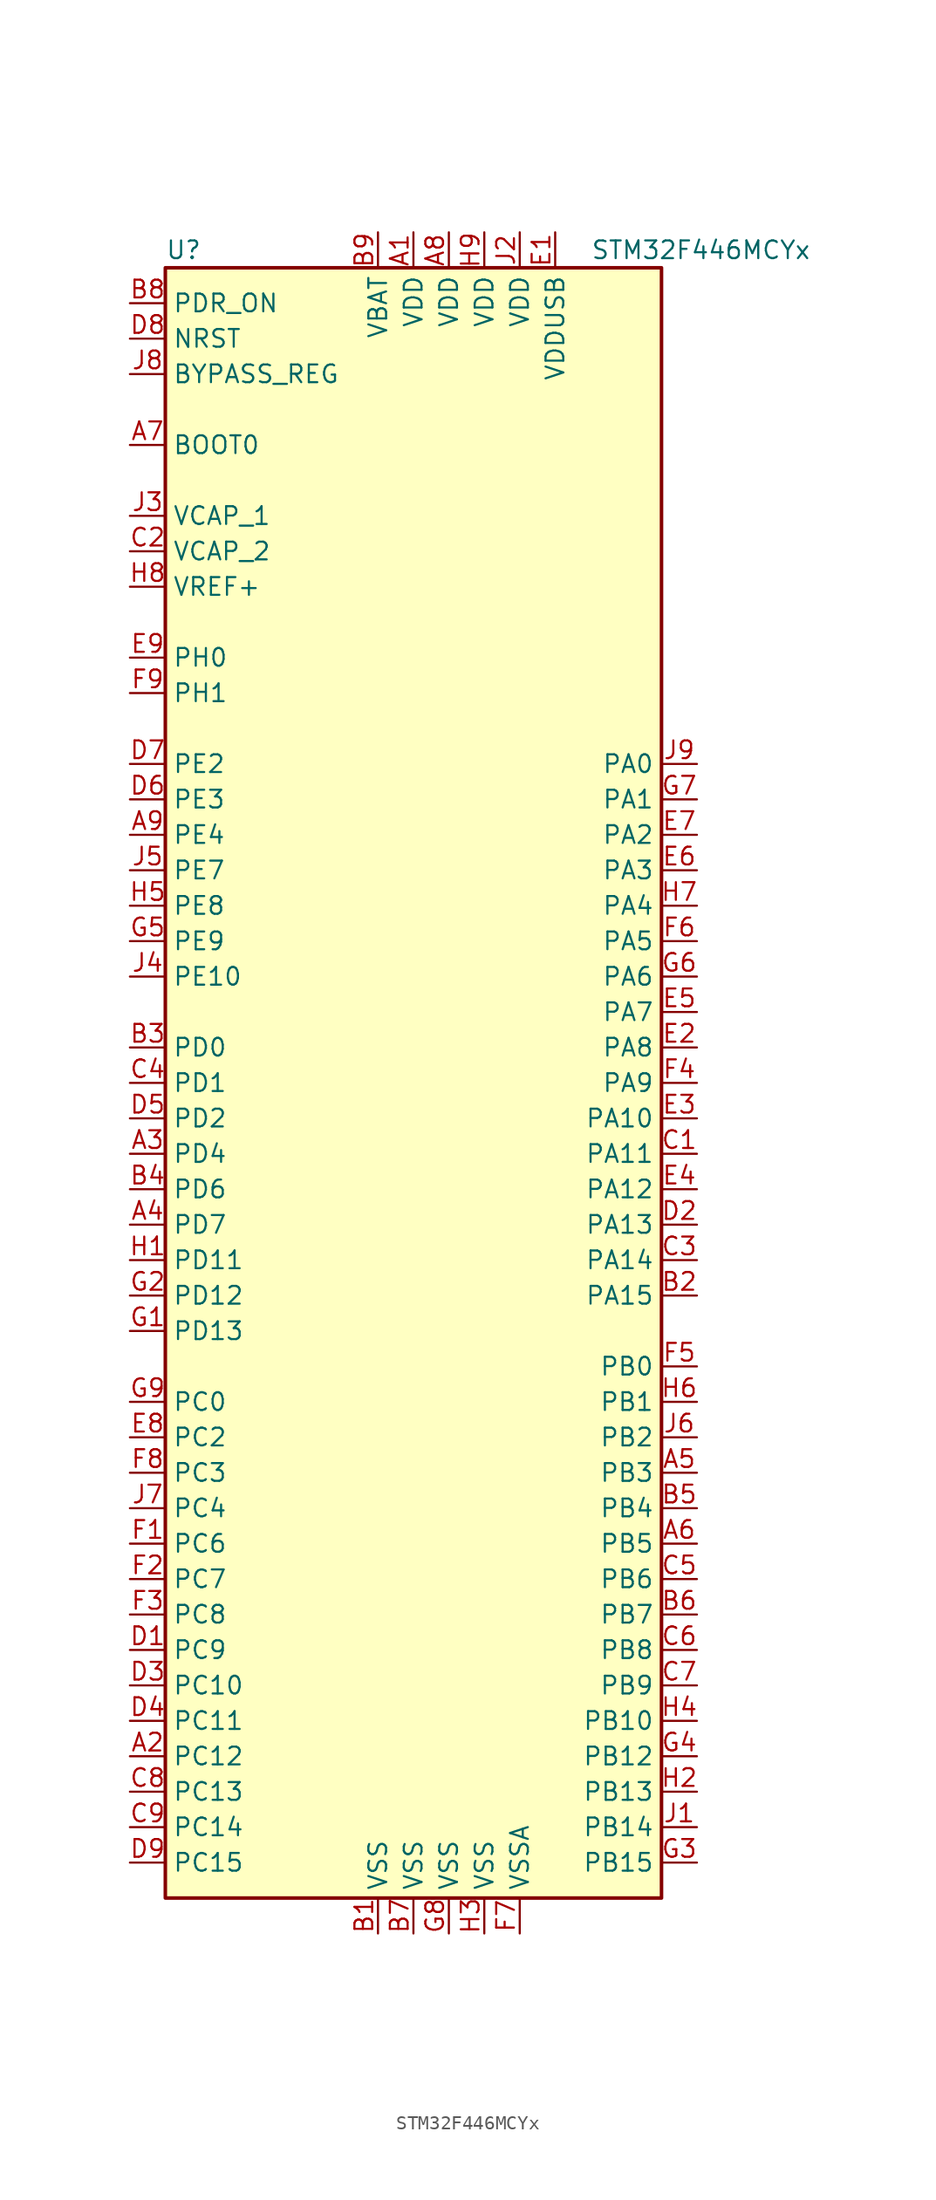
<source format=kicad_sym>
(kicad_symbol_lib
  (version 20201005)
  (generator kicad_symbol_editor)
  (symbol "MCU_ST_STM32F4:STM32F446MCYx"
    (property "Reference" "U"
      (at -17.78 59.69 0)
      (effects (font (size 1.27 1.27)) (justify left)))
    (property "Value" "STM32F446MCYx"
      (at 12.7 59.69 0)
      (effects (font (size 1.27 1.27)) (justify left)))
    (symbol "STM32F446MCYx_0_1"
      (rectangle (start -17.78 -58.42) (end 17.78 58.42) (stroke (width 0.254)) (fill (type background))))
    (symbol "STM32F446MCYx_1_1"
      (pin input line (at -20.32 45.72 0) (length 2.54) (name "BOOT0" (effects (font (size 1.27 1.27)))) (number "A7" (effects (font (size 1.27 1.27)))))
      (pin input line (at -20.32 50.8 0) (length 2.54) (name "BYPASS_REG" (effects (font (size 1.27 1.27)))) (number "J8" (effects (font (size 1.27 1.27)))))
      (pin input line (at -20.32 53.34 0) (length 2.54) (name "NRST" (effects (font (size 1.27 1.27)))) (number "D8" (effects (font (size 1.27 1.27)))))
      (pin bidirectional line (at 20.32 22.86 180) (length 2.54) (name "PA0" (effects (font (size 1.27 1.27)))) (number "J9" (effects (font (size 1.27 1.27)))))
      (pin bidirectional line (at 20.32 20.32 180) (length 2.54) (name "PA1" (effects (font (size 1.27 1.27)))) (number "G7" (effects (font (size 1.27 1.27)))))
      (pin bidirectional line (at 20.32 -2.54 180) (length 2.54) (name "PA10" (effects (font (size 1.27 1.27)))) (number "E3" (effects (font (size 1.27 1.27)))))
      (pin bidirectional line (at 20.32 -5.08 180) (length 2.54) (name "PA11" (effects (font (size 1.27 1.27)))) (number "C1" (effects (font (size 1.27 1.27)))))
      (pin bidirectional line (at 20.32 -7.62 180) (length 2.54) (name "PA12" (effects (font (size 1.27 1.27)))) (number "E4" (effects (font (size 1.27 1.27)))))
      (pin bidirectional line (at 20.32 -10.16 180) (length 2.54) (name "PA13" (effects (font (size 1.27 1.27)))) (number "D2" (effects (font (size 1.27 1.27)))))
      (pin bidirectional line (at 20.32 -12.7 180) (length 2.54) (name "PA14" (effects (font (size 1.27 1.27)))) (number "C3" (effects (font (size 1.27 1.27)))))
      (pin bidirectional line (at 20.32 -15.24 180) (length 2.54) (name "PA15" (effects (font (size 1.27 1.27)))) (number "B2" (effects (font (size 1.27 1.27)))))
      (pin bidirectional line (at 20.32 17.78 180) (length 2.54) (name "PA2" (effects (font (size 1.27 1.27)))) (number "E7" (effects (font (size 1.27 1.27)))))
      (pin bidirectional line (at 20.32 15.24 180) (length 2.54) (name "PA3" (effects (font (size 1.27 1.27)))) (number "E6" (effects (font (size 1.27 1.27)))))
      (pin bidirectional line (at 20.32 12.7 180) (length 2.54) (name "PA4" (effects (font (size 1.27 1.27)))) (number "H7" (effects (font (size 1.27 1.27)))))
      (pin bidirectional line (at 20.32 10.16 180) (length 2.54) (name "PA5" (effects (font (size 1.27 1.27)))) (number "F6" (effects (font (size 1.27 1.27)))))
      (pin bidirectional line (at 20.32 7.62 180) (length 2.54) (name "PA6" (effects (font (size 1.27 1.27)))) (number "G6" (effects (font (size 1.27 1.27)))))
      (pin bidirectional line (at 20.32 5.08 180) (length 2.54) (name "PA7" (effects (font (size 1.27 1.27)))) (number "E5" (effects (font (size 1.27 1.27)))))
      (pin bidirectional line (at 20.32 2.54 180) (length 2.54) (name "PA8" (effects (font (size 1.27 1.27)))) (number "E2" (effects (font (size 1.27 1.27)))))
      (pin bidirectional line (at 20.32 0 180) (length 2.54) (name "PA9" (effects (font (size 1.27 1.27)))) (number "F4" (effects (font (size 1.27 1.27)))))
      (pin bidirectional line (at 20.32 -20.32 180) (length 2.54) (name "PB0" (effects (font (size 1.27 1.27)))) (number "F5" (effects (font (size 1.27 1.27)))))
      (pin bidirectional line (at 20.32 -22.86 180) (length 2.54) (name "PB1" (effects (font (size 1.27 1.27)))) (number "H6" (effects (font (size 1.27 1.27)))))
      (pin bidirectional line (at 20.32 -45.72 180) (length 2.54) (name "PB10" (effects (font (size 1.27 1.27)))) (number "H4" (effects (font (size 1.27 1.27)))))
      (pin bidirectional line (at 20.32 -48.26 180) (length 2.54) (name "PB12" (effects (font (size 1.27 1.27)))) (number "G4" (effects (font (size 1.27 1.27)))))
      (pin bidirectional line (at 20.32 -50.8 180) (length 2.54) (name "PB13" (effects (font (size 1.27 1.27)))) (number "H2" (effects (font (size 1.27 1.27)))))
      (pin bidirectional line (at 20.32 -53.34 180) (length 2.54) (name "PB14" (effects (font (size 1.27 1.27)))) (number "J1" (effects (font (size 1.27 1.27)))))
      (pin bidirectional line (at 20.32 -55.88 180) (length 2.54) (name "PB15" (effects (font (size 1.27 1.27)))) (number "G3" (effects (font (size 1.27 1.27)))))
      (pin bidirectional line (at 20.32 -25.4 180) (length 2.54) (name "PB2" (effects (font (size 1.27 1.27)))) (number "J6" (effects (font (size 1.27 1.27)))))
      (pin bidirectional line (at 20.32 -27.94 180) (length 2.54) (name "PB3" (effects (font (size 1.27 1.27)))) (number "A5" (effects (font (size 1.27 1.27)))))
      (pin bidirectional line (at 20.32 -30.48 180) (length 2.54) (name "PB4" (effects (font (size 1.27 1.27)))) (number "B5" (effects (font (size 1.27 1.27)))))
      (pin bidirectional line (at 20.32 -33.02 180) (length 2.54) (name "PB5" (effects (font (size 1.27 1.27)))) (number "A6" (effects (font (size 1.27 1.27)))))
      (pin bidirectional line (at 20.32 -35.56 180) (length 2.54) (name "PB6" (effects (font (size 1.27 1.27)))) (number "C5" (effects (font (size 1.27 1.27)))))
      (pin bidirectional line (at 20.32 -38.1 180) (length 2.54) (name "PB7" (effects (font (size 1.27 1.27)))) (number "B6" (effects (font (size 1.27 1.27)))))
      (pin bidirectional line (at 20.32 -40.64 180) (length 2.54) (name "PB8" (effects (font (size 1.27 1.27)))) (number "C6" (effects (font (size 1.27 1.27)))))
      (pin bidirectional line (at 20.32 -43.18 180) (length 2.54) (name "PB9" (effects (font (size 1.27 1.27)))) (number "C7" (effects (font (size 1.27 1.27)))))
      (pin bidirectional line (at -20.32 -22.86 0) (length 2.54) (name "PC0" (effects (font (size 1.27 1.27)))) (number "G9" (effects (font (size 1.27 1.27)))))
      (pin bidirectional line (at -20.32 -43.18 0) (length 2.54) (name "PC10" (effects (font (size 1.27 1.27)))) (number "D3" (effects (font (size 1.27 1.27)))))
      (pin bidirectional line (at -20.32 -45.72 0) (length 2.54) (name "PC11" (effects (font (size 1.27 1.27)))) (number "D4" (effects (font (size 1.27 1.27)))))
      (pin bidirectional line (at -20.32 -48.26 0) (length 2.54) (name "PC12" (effects (font (size 1.27 1.27)))) (number "A2" (effects (font (size 1.27 1.27)))))
      (pin bidirectional line (at -20.32 -50.8 0) (length 2.54) (name "PC13" (effects (font (size 1.27 1.27)))) (number "C8" (effects (font (size 1.27 1.27)))))
      (pin bidirectional line (at -20.32 -53.34 0) (length 2.54) (name "PC14" (effects (font (size 1.27 1.27)))) (number "C9" (effects (font (size 1.27 1.27)))))
      (pin bidirectional line (at -20.32 -55.88 0) (length 2.54) (name "PC15" (effects (font (size 1.27 1.27)))) (number "D9" (effects (font (size 1.27 1.27)))))
      (pin bidirectional line (at -20.32 -25.4 0) (length 2.54) (name "PC2" (effects (font (size 1.27 1.27)))) (number "E8" (effects (font (size 1.27 1.27)))))
      (pin bidirectional line (at -20.32 -27.94 0) (length 2.54) (name "PC3" (effects (font (size 1.27 1.27)))) (number "F8" (effects (font (size 1.27 1.27)))))
      (pin bidirectional line (at -20.32 -30.48 0) (length 2.54) (name "PC4" (effects (font (size 1.27 1.27)))) (number "J7" (effects (font (size 1.27 1.27)))))
      (pin bidirectional line (at -20.32 -33.02 0) (length 2.54) (name "PC6" (effects (font (size 1.27 1.27)))) (number "F1" (effects (font (size 1.27 1.27)))))
      (pin bidirectional line (at -20.32 -35.56 0) (length 2.54) (name "PC7" (effects (font (size 1.27 1.27)))) (number "F2" (effects (font (size 1.27 1.27)))))
      (pin bidirectional line (at -20.32 -38.1 0) (length 2.54) (name "PC8" (effects (font (size 1.27 1.27)))) (number "F3" (effects (font (size 1.27 1.27)))))
      (pin bidirectional line (at -20.32 -40.64 0) (length 2.54) (name "PC9" (effects (font (size 1.27 1.27)))) (number "D1" (effects (font (size 1.27 1.27)))))
      (pin bidirectional line (at -20.32 2.54 0) (length 2.54) (name "PD0" (effects (font (size 1.27 1.27)))) (number "B3" (effects (font (size 1.27 1.27)))))
      (pin bidirectional line (at -20.32 0 0) (length 2.54) (name "PD1" (effects (font (size 1.27 1.27)))) (number "C4" (effects (font (size 1.27 1.27)))))
      (pin bidirectional line (at -20.32 -12.7 0) (length 2.54) (name "PD11" (effects (font (size 1.27 1.27)))) (number "H1" (effects (font (size 1.27 1.27)))))
      (pin bidirectional line (at -20.32 -15.24 0) (length 2.54) (name "PD12" (effects (font (size 1.27 1.27)))) (number "G2" (effects (font (size 1.27 1.27)))))
      (pin bidirectional line (at -20.32 -17.78 0) (length 2.54) (name "PD13" (effects (font (size 1.27 1.27)))) (number "G1" (effects (font (size 1.27 1.27)))))
      (pin bidirectional line (at -20.32 -2.54 0) (length 2.54) (name "PD2" (effects (font (size 1.27 1.27)))) (number "D5" (effects (font (size 1.27 1.27)))))
      (pin bidirectional line (at -20.32 -5.08 0) (length 2.54) (name "PD4" (effects (font (size 1.27 1.27)))) (number "A3" (effects (font (size 1.27 1.27)))))
      (pin bidirectional line (at -20.32 -7.62 0) (length 2.54) (name "PD6" (effects (font (size 1.27 1.27)))) (number "B4" (effects (font (size 1.27 1.27)))))
      (pin bidirectional line (at -20.32 -10.16 0) (length 2.54) (name "PD7" (effects (font (size 1.27 1.27)))) (number "A4" (effects (font (size 1.27 1.27)))))
      (pin input line (at -20.32 55.88 0) (length 2.54) (name "PDR_ON" (effects (font (size 1.27 1.27)))) (number "B8" (effects (font (size 1.27 1.27)))))
      (pin bidirectional line (at -20.32 7.62 0) (length 2.54) (name "PE10" (effects (font (size 1.27 1.27)))) (number "J4" (effects (font (size 1.27 1.27)))))
      (pin bidirectional line (at -20.32 22.86 0) (length 2.54) (name "PE2" (effects (font (size 1.27 1.27)))) (number "D7" (effects (font (size 1.27 1.27)))))
      (pin bidirectional line (at -20.32 20.32 0) (length 2.54) (name "PE3" (effects (font (size 1.27 1.27)))) (number "D6" (effects (font (size 1.27 1.27)))))
      (pin bidirectional line (at -20.32 17.78 0) (length 2.54) (name "PE4" (effects (font (size 1.27 1.27)))) (number "A9" (effects (font (size 1.27 1.27)))))
      (pin bidirectional line (at -20.32 15.24 0) (length 2.54) (name "PE7" (effects (font (size 1.27 1.27)))) (number "J5" (effects (font (size 1.27 1.27)))))
      (pin bidirectional line (at -20.32 12.7 0) (length 2.54) (name "PE8" (effects (font (size 1.27 1.27)))) (number "H5" (effects (font (size 1.27 1.27)))))
      (pin bidirectional line (at -20.32 10.16 0) (length 2.54) (name "PE9" (effects (font (size 1.27 1.27)))) (number "G5" (effects (font (size 1.27 1.27)))))
      (pin input line (at -20.32 30.48 0) (length 2.54) (name "PH0" (effects (font (size 1.27 1.27)))) (number "E9" (effects (font (size 1.27 1.27)))))
      (pin input line (at -20.32 27.94 0) (length 2.54) (name "PH1" (effects (font (size 1.27 1.27)))) (number "F9" (effects (font (size 1.27 1.27)))))
      (pin power_in line (at -2.54 60.96 270) (length 2.54) (name "VBAT" (effects (font (size 1.27 1.27)))) (number "B9" (effects (font (size 1.27 1.27)))))
      (pin power_in line (at -20.32 40.64 0) (length 2.54) (name "VCAP_1" (effects (font (size 1.27 1.27)))) (number "J3" (effects (font (size 1.27 1.27)))))
      (pin power_in line (at -20.32 38.1 0) (length 2.54) (name "VCAP_2" (effects (font (size 1.27 1.27)))) (number "C2" (effects (font (size 1.27 1.27)))))
      (pin power_in line (at 0 60.96 270) (length 2.54) (name "VDD" (effects (font (size 1.27 1.27)))) (number "A1" (effects (font (size 1.27 1.27)))))
      (pin power_in line (at 2.54 60.96 270) (length 2.54) (name "VDD" (effects (font (size 1.27 1.27)))) (number "A8" (effects (font (size 1.27 1.27)))))
      (pin power_in line (at 5.08 60.96 270) (length 2.54) (name "VDD" (effects (font (size 1.27 1.27)))) (number "H9" (effects (font (size 1.27 1.27)))))
      (pin power_in line (at 7.62 60.96 270) (length 2.54) (name "VDD" (effects (font (size 1.27 1.27)))) (number "J2" (effects (font (size 1.27 1.27)))))
      (pin power_in line (at 10.16 60.96 270) (length 2.54) (name "VDDUSB" (effects (font (size 1.27 1.27)))) (number "E1" (effects (font (size 1.27 1.27)))))
      (pin power_in line (at -20.32 35.56 0) (length 2.54) (name "VREF+" (effects (font (size 1.27 1.27)))) (number "H8" (effects (font (size 1.27 1.27)))))
      (pin power_in line (at -2.54 -60.96 90) (length 2.54) (name "VSS" (effects (font (size 1.27 1.27)))) (number "B1" (effects (font (size 1.27 1.27)))))
      (pin power_in line (at 0 -60.96 90) (length 2.54) (name "VSS" (effects (font (size 1.27 1.27)))) (number "B7" (effects (font (size 1.27 1.27)))))
      (pin power_in line (at 2.54 -60.96 90) (length 2.54) (name "VSS" (effects (font (size 1.27 1.27)))) (number "G8" (effects (font (size 1.27 1.27)))))
      (pin power_in line (at 5.08 -60.96 90) (length 2.54) (name "VSS" (effects (font (size 1.27 1.27)))) (number "H3" (effects (font (size 1.27 1.27)))))
      (pin power_in line (at 7.62 -60.96 90) (length 2.54) (name "VSSA" (effects (font (size 1.27 1.27)))) (number "F7" (effects (font (size 1.27 1.27))))))))
</source>
